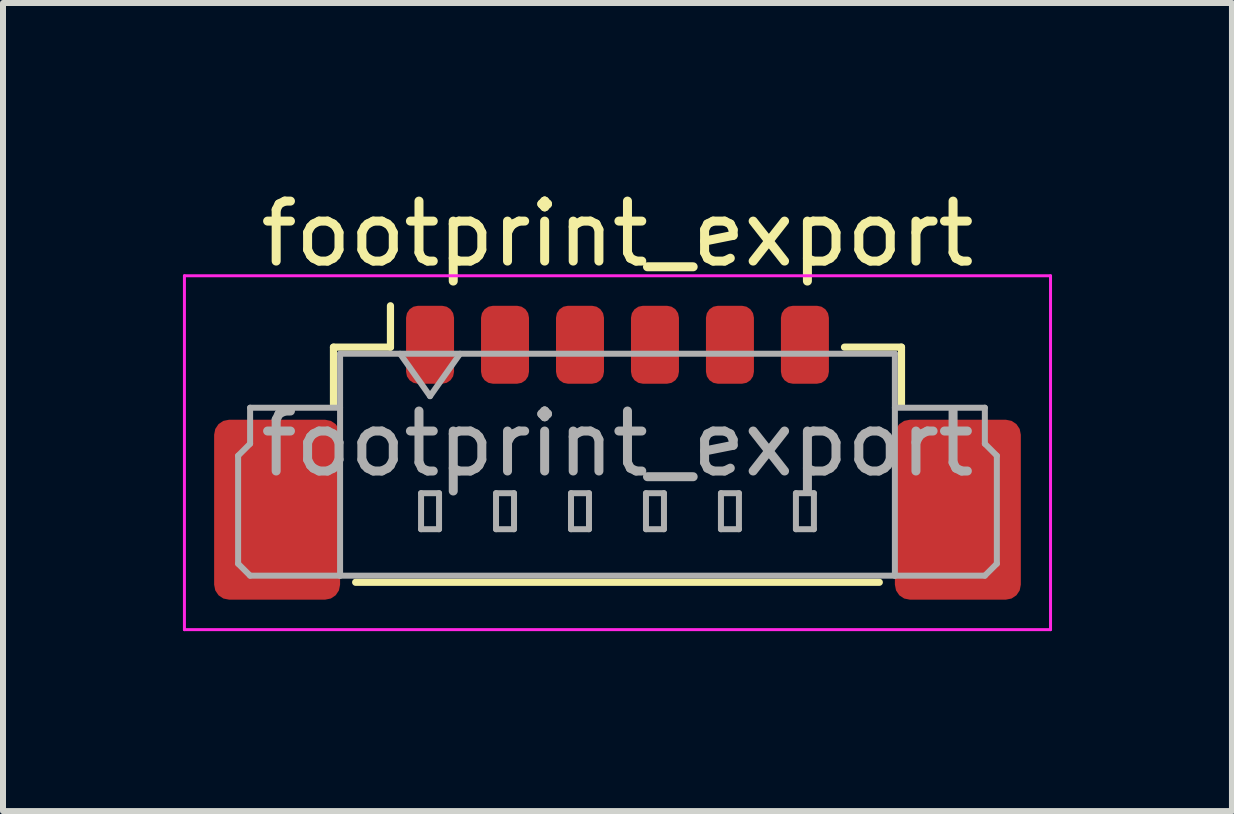
<source format=kicad_pcb>
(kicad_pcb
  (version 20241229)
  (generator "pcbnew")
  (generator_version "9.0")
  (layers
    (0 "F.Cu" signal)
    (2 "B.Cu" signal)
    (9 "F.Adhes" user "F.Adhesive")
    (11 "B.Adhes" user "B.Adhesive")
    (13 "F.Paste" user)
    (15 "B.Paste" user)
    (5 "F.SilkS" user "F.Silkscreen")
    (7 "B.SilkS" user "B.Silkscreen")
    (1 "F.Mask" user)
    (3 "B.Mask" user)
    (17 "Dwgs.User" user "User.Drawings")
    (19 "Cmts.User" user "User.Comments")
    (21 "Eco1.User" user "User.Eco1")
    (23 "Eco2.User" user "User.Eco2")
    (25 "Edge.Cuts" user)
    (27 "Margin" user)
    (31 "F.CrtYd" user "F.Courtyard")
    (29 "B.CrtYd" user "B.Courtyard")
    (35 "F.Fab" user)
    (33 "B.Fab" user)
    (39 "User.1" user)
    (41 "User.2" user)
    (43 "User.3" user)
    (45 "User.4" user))
  (footprint "footprint_export"
    (layer "F.Cu")
    (at 7.245 3.948)
    (property "Reference" "footprint_export" (at 0 -3.1 0) (layer "F.SilkS") (effects (font (size 1 1) (thickness 0.15))))
    (attr smd)
    (fp_line (start -4.735 -1.21) (end -3.785 -1.21) (stroke (width 0.12) (type solid)) (layer "F.SilkS"))
    (fp_line (start -4.735 -0.26) (end -4.735 -1.21) (stroke (width 0.12) (type solid)) (layer "F.SilkS"))
    (fp_line (start -4.365 2.71) (end 4.365 2.71) (stroke (width 0.12) (type solid)) (layer "F.SilkS"))
    (fp_line (start -3.785 -1.21) (end -3.785 -1.9) (stroke (width 0.12) (type solid)) (layer "F.SilkS"))
    (fp_line (start 4.735 -1.21) (end 3.785 -1.21) (stroke (width 0.12) (type solid)) (layer "F.SilkS"))
    (fp_line (start 4.735 -0.26) (end 4.735 -1.21) (stroke (width 0.12) (type solid)) (layer "F.SilkS"))
    (fp_line (start -7.22 -2.4) (end -7.22 3.5) (stroke (width 0.05) (type solid)) (layer "F.CrtYd"))
    (fp_line (start -7.22 3.5) (end 7.22 3.5) (stroke (width 0.05) (type solid)) (layer "F.CrtYd"))
    (fp_line (start 7.22 -2.4) (end -7.22 -2.4) (stroke (width 0.05) (type solid)) (layer "F.CrtYd"))
    (fp_line (start 7.22 3.5) (end 7.22 -2.4) (stroke (width 0.05) (type solid)) (layer "F.CrtYd"))
    (fp_line (start -6.325 0.6) (end -6.125 0.4) (stroke (width 0.1) (type solid)) (layer "F.Fab"))
    (fp_line (start -6.325 2.4) (end -6.325 0.6) (stroke (width 0.1) (type solid)) (layer "F.Fab"))
    (fp_line (start -6.125 -0.2) (end -4.625 -0.2) (stroke (width 0.1) (type solid)) (layer "F.Fab"))
    (fp_line (start -6.125 0.4) (end -6.125 -0.2) (stroke (width 0.1) (type solid)) (layer "F.Fab"))
    (fp_line (start -6.125 2.6) (end -6.325 2.4) (stroke (width 0.1) (type solid)) (layer "F.Fab"))
    (fp_line (start -4.625 -1.1) (end -4.625 2.6) (stroke (width 0.1) (type solid)) (layer "F.Fab"))
    (fp_line (start -4.625 -1.1) (end 4.625 -1.1) (stroke (width 0.1) (type solid)) (layer "F.Fab"))
    (fp_line (start -4.625 2.6) (end -6.125 2.6) (stroke (width 0.1) (type solid)) (layer "F.Fab"))
    (fp_line (start -4.625 2.6) (end 4.625 2.6) (stroke (width 0.1) (type solid)) (layer "F.Fab"))
    (fp_line (start -3.625 -1.1) (end -3.125 -0.393) (stroke (width 0.1) (type solid)) (layer "F.Fab"))
    (fp_line (start -3.275 1.225) (end -3.275 1.825) (stroke (width 0.1) (type solid)) (layer "F.Fab"))
    (fp_line (start -3.275 1.825) (end -2.975 1.825) (stroke (width 0.1) (type solid)) (layer "F.Fab"))
    (fp_line (start -3.125 -0.393) (end -2.625 -1.1) (stroke (width 0.1) (type solid)) (layer "F.Fab"))
    (fp_line (start -2.975 1.225) (end -3.275 1.225) (stroke (width 0.1) (type solid)) (layer "F.Fab"))
    (fp_line (start -2.975 1.825) (end -2.975 1.225) (stroke (width 0.1) (type solid)) (layer "F.Fab"))
    (fp_line (start -2.025 1.225) (end -2.025 1.825) (stroke (width 0.1) (type solid)) (layer "F.Fab"))
    (fp_line (start -2.025 1.825) (end -1.725 1.825) (stroke (width 0.1) (type solid)) (layer "F.Fab"))
    (fp_line (start -1.725 1.225) (end -2.025 1.225) (stroke (width 0.1) (type solid)) (layer "F.Fab"))
    (fp_line (start -1.725 1.825) (end -1.725 1.225) (stroke (width 0.1) (type solid)) (layer "F.Fab"))
    (fp_line (start -0.775 1.225) (end -0.775 1.825) (stroke (width 0.1) (type solid)) (layer "F.Fab"))
    (fp_line (start -0.775 1.825) (end -0.475 1.825) (stroke (width 0.1) (type solid)) (layer "F.Fab"))
    (fp_line (start -0.475 1.225) (end -0.775 1.225) (stroke (width 0.1) (type solid)) (layer "F.Fab"))
    (fp_line (start -0.475 1.825) (end -0.475 1.225) (stroke (width 0.1) (type solid)) (layer "F.Fab"))
    (fp_line (start 0.475 1.225) (end 0.475 1.825) (stroke (width 0.1) (type solid)) (layer "F.Fab"))
    (fp_line (start 0.475 1.825) (end 0.775 1.825) (stroke (width 0.1) (type solid)) (layer "F.Fab"))
    (fp_line (start 0.775 1.225) (end 0.475 1.225) (stroke (width 0.1) (type solid)) (layer "F.Fab"))
    (fp_line (start 0.775 1.825) (end 0.775 1.225) (stroke (width 0.1) (type solid)) (layer "F.Fab"))
    (fp_line (start 1.725 1.225) (end 1.725 1.825) (stroke (width 0.1) (type solid)) (layer "F.Fab"))
    (fp_line (start 1.725 1.825) (end 2.025 1.825) (stroke (width 0.1) (type solid)) (layer "F.Fab"))
    (fp_line (start 2.025 1.225) (end 1.725 1.225) (stroke (width 0.1) (type solid)) (layer "F.Fab"))
    (fp_line (start 2.025 1.825) (end 2.025 1.225) (stroke (width 0.1) (type solid)) (layer "F.Fab"))
    (fp_line (start 2.975 1.225) (end 2.975 1.825) (stroke (width 0.1) (type solid)) (layer "F.Fab"))
    (fp_line (start 2.975 1.825) (end 3.275 1.825) (stroke (width 0.1) (type solid)) (layer "F.Fab"))
    (fp_line (start 3.275 1.225) (end 2.975 1.225) (stroke (width 0.1) (type solid)) (layer "F.Fab"))
    (fp_line (start 3.275 1.825) (end 3.275 1.225) (stroke (width 0.1) (type solid)) (layer "F.Fab"))
    (fp_line (start 4.625 -1.1) (end 4.625 2.6) (stroke (width 0.1) (type solid)) (layer "F.Fab"))
    (fp_line (start 4.625 2.6) (end 6.125 2.6) (stroke (width 0.1) (type solid)) (layer "F.Fab"))
    (fp_line (start 6.125 -0.2) (end 4.625 -0.2) (stroke (width 0.1) (type solid)) (layer "F.Fab"))
    (fp_line (start 6.125 0.4) (end 6.125 -0.2) (stroke (width 0.1) (type solid)) (layer "F.Fab"))
    (fp_line (start 6.125 2.6) (end 6.325 2.4) (stroke (width 0.1) (type solid)) (layer "F.Fab"))
    (fp_line (start 6.325 0.6) (end 6.125 0.4) (stroke (width 0.1) (type solid)) (layer "F.Fab"))
    (fp_line (start 6.325 2.4) (end 6.325 0.6) (stroke (width 0.1) (type solid)) (layer "F.Fab"))
    (fp_text user "${REFERENCE}" (at 0 0.4 0) (layer "F.Fab") (effects (font (size 1 1) (thickness 0.15))))
    (pad "1" smd roundrect (at -3.125 -1.25) (size 0.8 1.3) (layers "F.Cu" "F.Mask" "F.Paste") (roundrect_rratio 0.25))
    (pad "2" smd roundrect (at -1.875 -1.25) (size 0.8 1.3) (layers "F.Cu" "F.Mask" "F.Paste") (roundrect_rratio 0.25))
    (pad "3" smd roundrect (at -0.625 -1.25) (size 0.8 1.3) (layers "F.Cu" "F.Mask" "F.Paste") (roundrect_rratio 0.25))
    (pad "4" smd roundrect (at 0.625 -1.25) (size 0.8 1.3) (layers "F.Cu" "F.Mask" "F.Paste") (roundrect_rratio 0.25))
    (pad "5" smd roundrect (at 1.875 -1.25) (size 0.8 1.3) (layers "F.Cu" "F.Mask" "F.Paste") (roundrect_rratio 0.25))
    (pad "6" smd roundrect (at 3.125 -1.25) (size 0.8 1.3) (layers "F.Cu" "F.Mask" "F.Paste") (roundrect_rratio 0.25))
    (pad "MP" smd roundrect (at -5.675 1.5) (size 2.1 3) (layers "F.Cu" "F.Mask" "F.Paste") (roundrect_rratio 0.119))
    (pad "MP" smd roundrect (at 5.675 1.5) (size 2.1 3) (layers "F.Cu" "F.Mask" "F.Paste") (roundrect_rratio 0.119)))
  (gr_rect
    (start -3 -3)
    (end 17.49 10.473)
    (stroke (width 0.1) (type default))
    (fill no)
    (layer "Edge.Cuts")))
</source>
